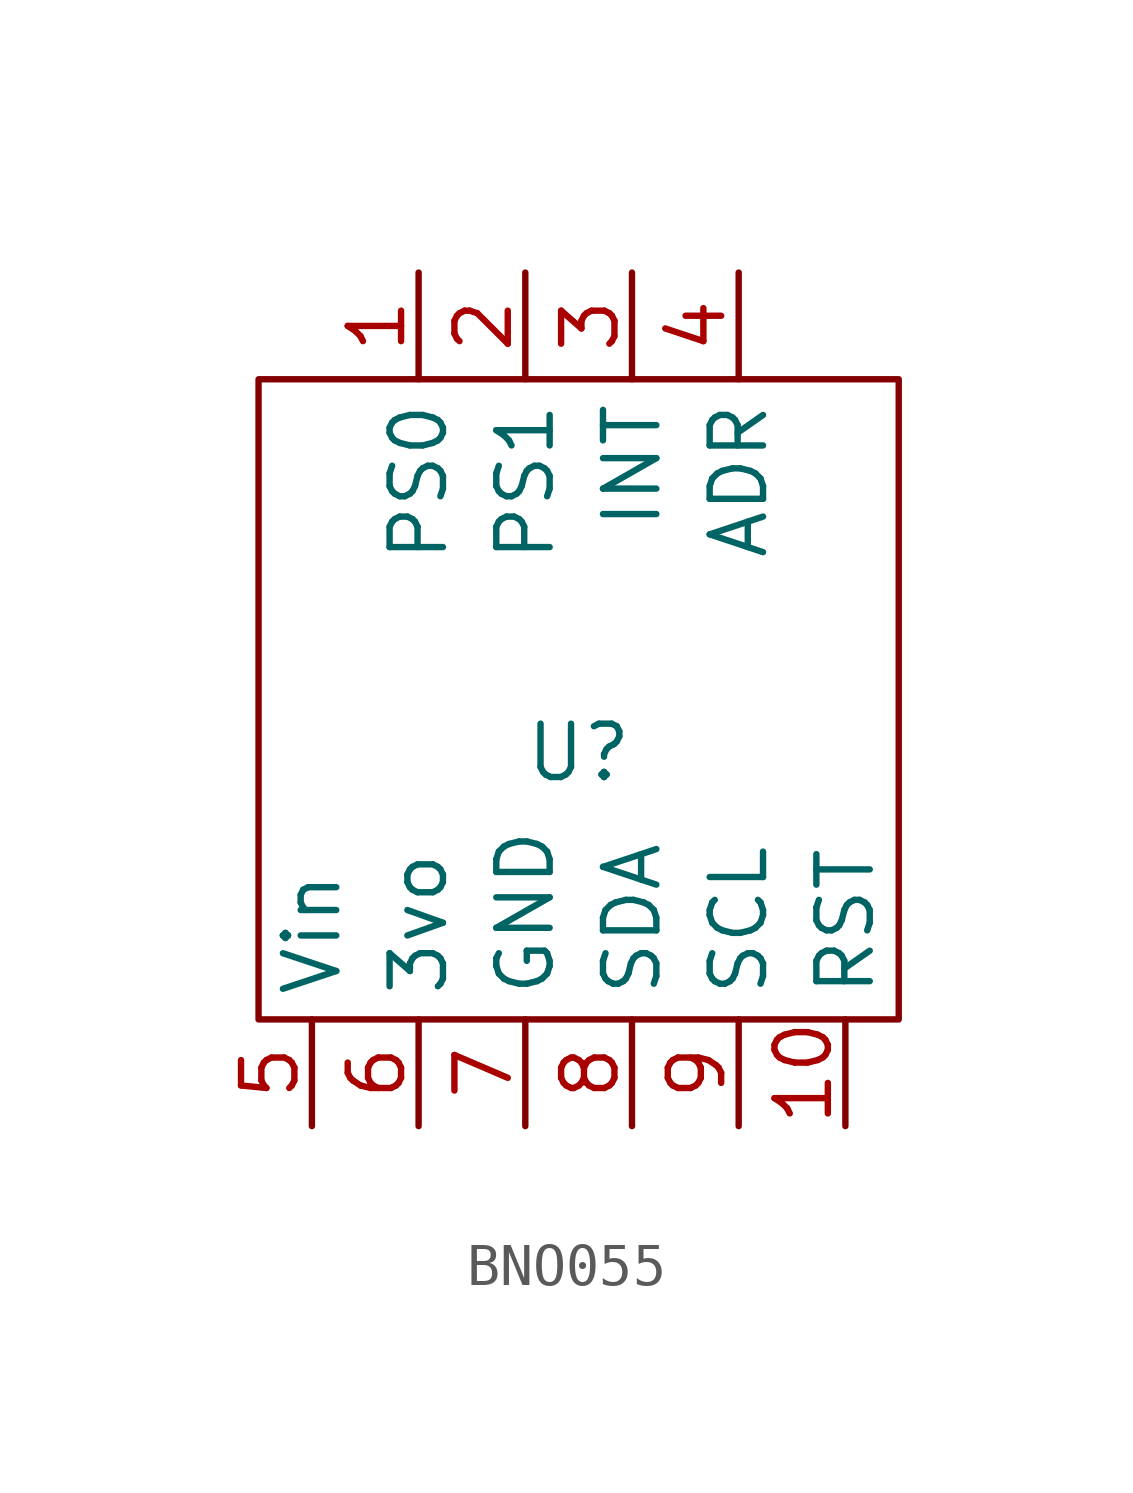
<source format=kicad_sym>
(kicad_symbol_lib
  (version 20220914)
  (generator kicad_symbol_editor)
  (symbol "BNO055"
    (property "Reference" "U"
      (at 0 -3.81 0)
      (effects (font (size 1.27 1.27))))
    (property "Value" ""
      (at 0 2.54 0)
      (effects (font (size 1.27 1.27))))
    (symbol "BNO055_0_1"
      (rectangle (start -7.62 5.08) (end 7.62 -10.16) (stroke (width 0) (type default)) (fill (type none))))
    (symbol "BNO055_1_1"
      (pin output line (at -3.81 7.62 270) (length 2.54) (name "PS0" (effects (font (size 1.27 1.27)))) (number "1" (effects (font (size 1.27 1.27)))))
      (pin output line (at 6.35 -12.7 90) (length 2.54) (name "RST" (effects (font (size 1.27 1.27)))) (number "10" (effects (font (size 1.27 1.27)))))
      (pin output line (at -1.27 7.62 270) (length 2.54) (name "PS1" (effects (font (size 1.27 1.27)))) (number "2" (effects (font (size 1.27 1.27)))))
      (pin output line (at 1.27 7.62 270) (length 2.54) (name "INT" (effects (font (size 1.27 1.27)))) (number "3" (effects (font (size 1.27 1.27)))))
      (pin output line (at 3.81 7.62 270) (length 2.54) (name "ADR" (effects (font (size 1.27 1.27)))) (number "4" (effects (font (size 1.27 1.27)))))
      (pin power_in line (at -6.35 -12.7 90) (length 2.54) (name "Vin" (effects (font (size 1.27 1.27)))) (number "5" (effects (font (size 1.27 1.27)))))
      (pin output line (at -3.81 -12.7 90) (length 2.54) (name "3vo" (effects (font (size 1.27 1.27)))) (number "6" (effects (font (size 1.27 1.27)))))
      (pin output line (at -1.27 -12.7 90) (length 2.54) (name "GND" (effects (font (size 1.27 1.27)))) (number "7" (effects (font (size 1.27 1.27)))))
      (pin output line (at 1.27 -12.7 90) (length 2.54) (name "SDA" (effects (font (size 1.27 1.27)))) (number "8" (effects (font (size 1.27 1.27)))))
      (pin output line (at 3.81 -12.7 90) (length 2.54) (name "SCL" (effects (font (size 1.27 1.27)))) (number "9" (effects (font (size 1.27 1.27))))))))
</source>
